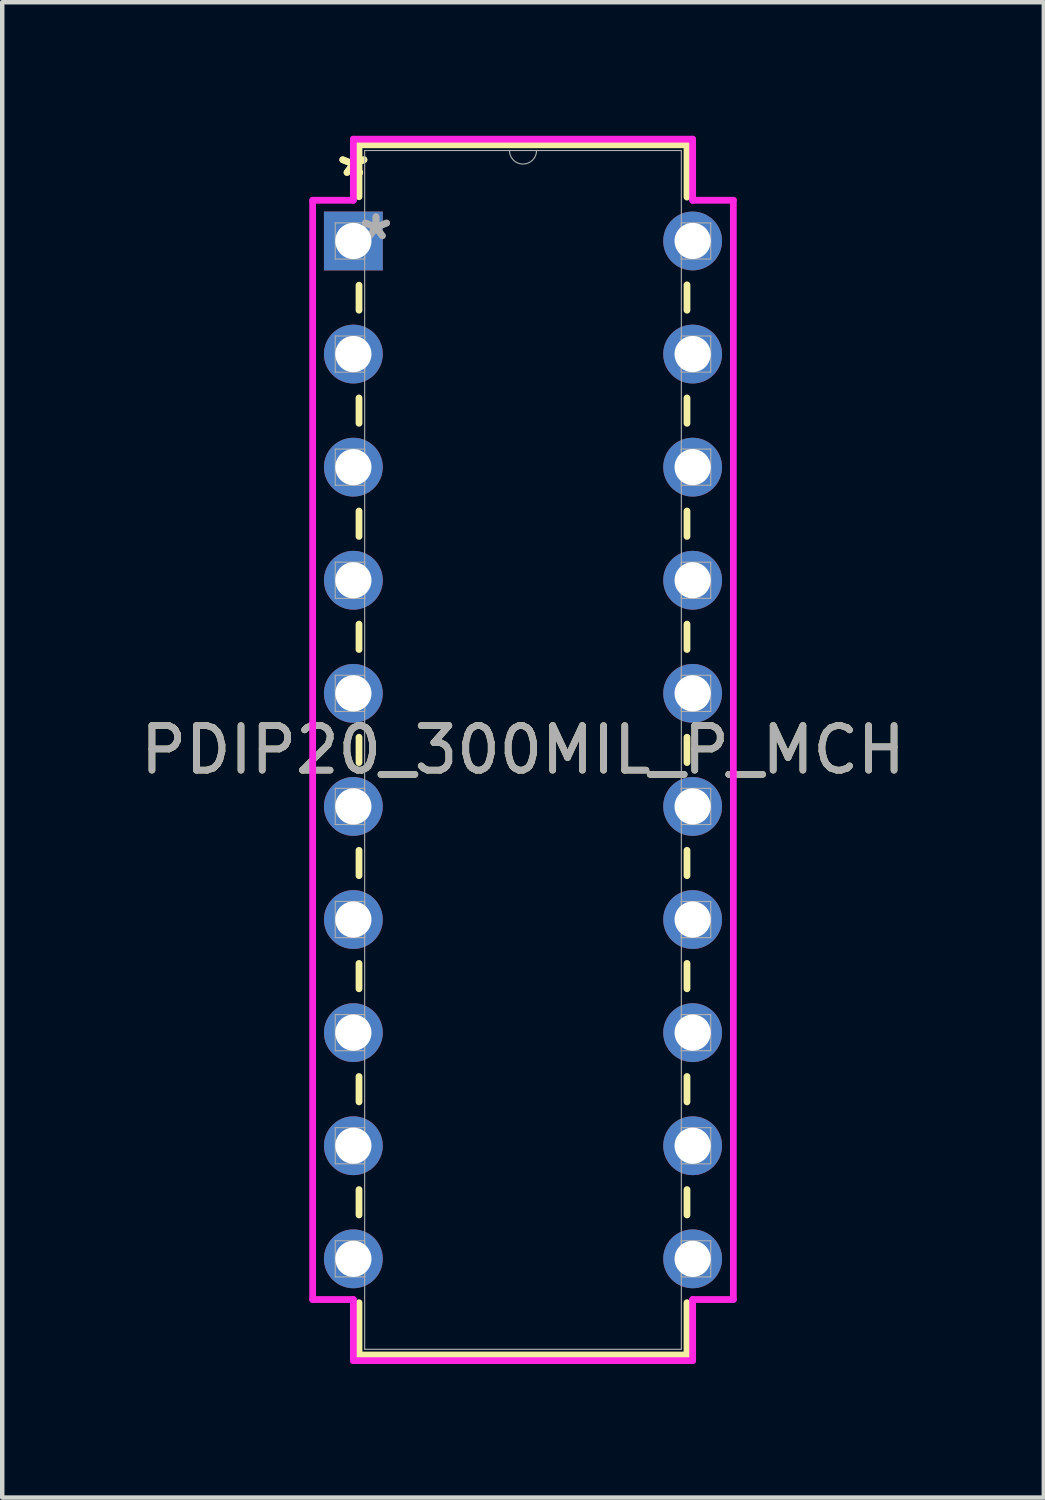
<source format=kicad_pcb>
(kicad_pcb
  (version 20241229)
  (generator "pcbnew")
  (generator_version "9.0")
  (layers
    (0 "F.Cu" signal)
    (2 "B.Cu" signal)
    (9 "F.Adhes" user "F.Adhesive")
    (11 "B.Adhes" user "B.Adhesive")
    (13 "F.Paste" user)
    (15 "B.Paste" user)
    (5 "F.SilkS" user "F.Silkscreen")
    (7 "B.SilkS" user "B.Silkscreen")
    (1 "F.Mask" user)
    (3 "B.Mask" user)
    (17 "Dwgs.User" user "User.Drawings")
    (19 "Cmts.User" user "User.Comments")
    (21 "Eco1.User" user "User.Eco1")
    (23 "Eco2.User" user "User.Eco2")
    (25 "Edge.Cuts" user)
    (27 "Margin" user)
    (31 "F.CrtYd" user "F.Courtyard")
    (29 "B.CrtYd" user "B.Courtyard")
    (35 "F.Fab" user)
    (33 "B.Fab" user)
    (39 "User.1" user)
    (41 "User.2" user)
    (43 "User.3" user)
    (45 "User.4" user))
  (footprint "PDIP20_300MIL_P_MCH"
    (layer "F.Cu")
    (at 4.886 2.362)
    (property "Reference" "PDIP20_300MIL_P_MCH" (at 3.81 11.43 0) (unlocked yes) (layer "F.SilkS") (effects (font (size 1 1) (thickness 0.15))))
    (attr through_hole)
    (fp_line (start 0.127 -2.159) (end 0.127 -0.993) (stroke (width 0.152) (type solid)) (layer "F.SilkS"))
    (fp_line (start 0.127 0.993) (end 0.127 1.555) (stroke (width 0.152) (type solid)) (layer "F.SilkS"))
    (fp_line (start 0.127 3.525) (end 0.127 4.095) (stroke (width 0.152) (type solid)) (layer "F.SilkS"))
    (fp_line (start 0.127 6.065) (end 0.127 6.635) (stroke (width 0.152) (type solid)) (layer "F.SilkS"))
    (fp_line (start 0.127 8.605) (end 0.127 9.175) (stroke (width 0.152) (type solid)) (layer "F.SilkS"))
    (fp_line (start 0.127 11.145) (end 0.127 11.715) (stroke (width 0.152) (type solid)) (layer "F.SilkS"))
    (fp_line (start 0.127 13.685) (end 0.127 14.255) (stroke (width 0.152) (type solid)) (layer "F.SilkS"))
    (fp_line (start 0.127 16.225) (end 0.127 16.795) (stroke (width 0.152) (type solid)) (layer "F.SilkS"))
    (fp_line (start 0.127 18.765) (end 0.127 19.335) (stroke (width 0.152) (type solid)) (layer "F.SilkS"))
    (fp_line (start 0.127 21.305) (end 0.127 21.875) (stroke (width 0.152) (type solid)) (layer "F.SilkS"))
    (fp_line (start 0.127 23.845) (end 0.127 25.019) (stroke (width 0.152) (type solid)) (layer "F.SilkS"))
    (fp_line (start 0.127 25.019) (end 7.493 25.019) (stroke (width 0.152) (type solid)) (layer "F.SilkS"))
    (fp_line (start 7.493 -2.159) (end 0.127 -2.159) (stroke (width 0.152) (type solid)) (layer "F.SilkS"))
    (fp_line (start 7.493 -0.985) (end 7.493 -2.159) (stroke (width 0.152) (type solid)) (layer "F.SilkS"))
    (fp_line (start 7.493 1.555) (end 7.493 0.985) (stroke (width 0.152) (type solid)) (layer "F.SilkS"))
    (fp_line (start 7.493 4.095) (end 7.493 3.525) (stroke (width 0.152) (type solid)) (layer "F.SilkS"))
    (fp_line (start 7.493 6.635) (end 7.493 6.065) (stroke (width 0.152) (type solid)) (layer "F.SilkS"))
    (fp_line (start 7.493 9.175) (end 7.493 8.605) (stroke (width 0.152) (type solid)) (layer "F.SilkS"))
    (fp_line (start 7.493 11.715) (end 7.493 11.145) (stroke (width 0.152) (type solid)) (layer "F.SilkS"))
    (fp_line (start 7.493 14.255) (end 7.493 13.685) (stroke (width 0.152) (type solid)) (layer "F.SilkS"))
    (fp_line (start 7.493 16.795) (end 7.493 16.225) (stroke (width 0.152) (type solid)) (layer "F.SilkS"))
    (fp_line (start 7.493 19.335) (end 7.493 18.765) (stroke (width 0.152) (type solid)) (layer "F.SilkS"))
    (fp_line (start 7.493 21.875) (end 7.493 21.305) (stroke (width 0.152) (type solid)) (layer "F.SilkS"))
    (fp_line (start 7.493 25.019) (end 7.493 23.845) (stroke (width 0.152) (type solid)) (layer "F.SilkS"))
    (fp_line (start -0.914 -0.914) (end 0 -0.914) (stroke (width 0.152) (type solid)) (layer "F.CrtYd"))
    (fp_line (start -0.914 23.774) (end -0.914 -0.914) (stroke (width 0.152) (type solid)) (layer "F.CrtYd"))
    (fp_line (start 0 -2.286) (end 7.62 -2.286) (stroke (width 0.152) (type solid)) (layer "F.CrtYd"))
    (fp_line (start 0 -0.914) (end 0 -2.286) (stroke (width 0.152) (type solid)) (layer "F.CrtYd"))
    (fp_line (start 0 23.774) (end -0.914 23.774) (stroke (width 0.152) (type solid)) (layer "F.CrtYd"))
    (fp_line (start 0 25.146) (end 0 23.774) (stroke (width 0.152) (type solid)) (layer "F.CrtYd"))
    (fp_line (start 7.62 -2.286) (end 7.62 -0.914) (stroke (width 0.152) (type solid)) (layer "F.CrtYd"))
    (fp_line (start 7.62 23.774) (end 7.62 25.146) (stroke (width 0.152) (type solid)) (layer "F.CrtYd"))
    (fp_line (start 7.62 25.146) (end 0 25.146) (stroke (width 0.152) (type solid)) (layer "F.CrtYd"))
    (fp_line (start 8.534 -0.914) (end 7.62 -0.914) (stroke (width 0.152) (type solid)) (layer "F.CrtYd"))
    (fp_line (start 8.534 -0.914) (end 8.534 23.774) (stroke (width 0.152) (type solid)) (layer "F.CrtYd"))
    (fp_line (start 8.534 23.774) (end 7.62 23.774) (stroke (width 0.152) (type solid)) (layer "F.CrtYd"))
    (fp_line (start -0.406 -0.406) (end -0.406 0.406) (stroke (width 0.025) (type solid)) (layer "F.Fab"))
    (fp_line (start -0.406 0.406) (end 0.254 0.406) (stroke (width 0.025) (type solid)) (layer "F.Fab"))
    (fp_line (start -0.406 2.134) (end -0.406 2.946) (stroke (width 0.025) (type solid)) (layer "F.Fab"))
    (fp_line (start -0.406 2.946) (end 0.254 2.946) (stroke (width 0.025) (type solid)) (layer "F.Fab"))
    (fp_line (start -0.406 4.674) (end -0.406 5.486) (stroke (width 0.025) (type solid)) (layer "F.Fab"))
    (fp_line (start -0.406 5.486) (end 0.254 5.486) (stroke (width 0.025) (type solid)) (layer "F.Fab"))
    (fp_line (start -0.406 7.214) (end -0.406 8.026) (stroke (width 0.025) (type solid)) (layer "F.Fab"))
    (fp_line (start -0.406 8.026) (end 0.254 8.026) (stroke (width 0.025) (type solid)) (layer "F.Fab"))
    (fp_line (start -0.406 9.754) (end -0.406 10.566) (stroke (width 0.025) (type solid)) (layer "F.Fab"))
    (fp_line (start -0.406 10.566) (end 0.254 10.566) (stroke (width 0.025) (type solid)) (layer "F.Fab"))
    (fp_line (start -0.406 12.294) (end -0.406 13.106) (stroke (width 0.025) (type solid)) (layer "F.Fab"))
    (fp_line (start -0.406 13.106) (end 0.254 13.106) (stroke (width 0.025) (type solid)) (layer "F.Fab"))
    (fp_line (start -0.406 14.834) (end -0.406 15.646) (stroke (width 0.025) (type solid)) (layer "F.Fab"))
    (fp_line (start -0.406 15.646) (end 0.254 15.646) (stroke (width 0.025) (type solid)) (layer "F.Fab"))
    (fp_line (start -0.406 17.374) (end -0.406 18.186) (stroke (width 0.025) (type solid)) (layer "F.Fab"))
    (fp_line (start -0.406 18.186) (end 0.254 18.186) (stroke (width 0.025) (type solid)) (layer "F.Fab"))
    (fp_line (start -0.406 19.914) (end -0.406 20.726) (stroke (width 0.025) (type solid)) (layer "F.Fab"))
    (fp_line (start -0.406 20.726) (end 0.254 20.726) (stroke (width 0.025) (type solid)) (layer "F.Fab"))
    (fp_line (start -0.406 22.454) (end -0.406 23.266) (stroke (width 0.025) (type solid)) (layer "F.Fab"))
    (fp_line (start -0.406 23.266) (end 0.254 23.266) (stroke (width 0.025) (type solid)) (layer "F.Fab"))
    (fp_line (start 0.254 -2.032) (end 0.254 24.892) (stroke (width 0.025) (type solid)) (layer "F.Fab"))
    (fp_line (start 0.254 -0.406) (end -0.406 -0.406) (stroke (width 0.025) (type solid)) (layer "F.Fab"))
    (fp_line (start 0.254 0.406) (end 0.254 -0.406) (stroke (width 0.025) (type solid)) (layer "F.Fab"))
    (fp_line (start 0.254 2.134) (end -0.406 2.134) (stroke (width 0.025) (type solid)) (layer "F.Fab"))
    (fp_line (start 0.254 2.946) (end 0.254 2.134) (stroke (width 0.025) (type solid)) (layer "F.Fab"))
    (fp_line (start 0.254 4.674) (end -0.406 4.674) (stroke (width 0.025) (type solid)) (layer "F.Fab"))
    (fp_line (start 0.254 5.486) (end 0.254 4.674) (stroke (width 0.025) (type solid)) (layer "F.Fab"))
    (fp_line (start 0.254 7.214) (end -0.406 7.214) (stroke (width 0.025) (type solid)) (layer "F.Fab"))
    (fp_line (start 0.254 8.026) (end 0.254 7.214) (stroke (width 0.025) (type solid)) (layer "F.Fab"))
    (fp_line (start 0.254 9.754) (end -0.406 9.754) (stroke (width 0.025) (type solid)) (layer "F.Fab"))
    (fp_line (start 0.254 10.566) (end 0.254 9.754) (stroke (width 0.025) (type solid)) (layer "F.Fab"))
    (fp_line (start 0.254 12.294) (end -0.406 12.294) (stroke (width 0.025) (type solid)) (layer "F.Fab"))
    (fp_line (start 0.254 13.106) (end 0.254 12.294) (stroke (width 0.025) (type solid)) (layer "F.Fab"))
    (fp_line (start 0.254 14.834) (end -0.406 14.834) (stroke (width 0.025) (type solid)) (layer "F.Fab"))
    (fp_line (start 0.254 15.646) (end 0.254 14.834) (stroke (width 0.025) (type solid)) (layer "F.Fab"))
    (fp_line (start 0.254 17.374) (end -0.406 17.374) (stroke (width 0.025) (type solid)) (layer "F.Fab"))
    (fp_line (start 0.254 18.186) (end 0.254 17.374) (stroke (width 0.025) (type solid)) (layer "F.Fab"))
    (fp_line (start 0.254 19.914) (end -0.406 19.914) (stroke (width 0.025) (type solid)) (layer "F.Fab"))
    (fp_line (start 0.254 20.726) (end 0.254 19.914) (stroke (width 0.025) (type solid)) (layer "F.Fab"))
    (fp_line (start 0.254 22.454) (end -0.406 22.454) (stroke (width 0.025) (type solid)) (layer "F.Fab"))
    (fp_line (start 0.254 23.266) (end 0.254 22.454) (stroke (width 0.025) (type solid)) (layer "F.Fab"))
    (fp_line (start 0.254 24.892) (end 7.366 24.892) (stroke (width 0.025) (type solid)) (layer "F.Fab"))
    (fp_line (start 7.366 -2.032) (end 0.254 -2.032) (stroke (width 0.025) (type solid)) (layer "F.Fab"))
    (fp_line (start 7.366 -0.406) (end 7.366 0.406) (stroke (width 0.025) (type solid)) (layer "F.Fab"))
    (fp_line (start 7.366 0.406) (end 8.026 0.406) (stroke (width 0.025) (type solid)) (layer "F.Fab"))
    (fp_line (start 7.366 2.134) (end 7.366 2.946) (stroke (width 0.025) (type solid)) (layer "F.Fab"))
    (fp_line (start 7.366 2.946) (end 8.026 2.946) (stroke (width 0.025) (type solid)) (layer "F.Fab"))
    (fp_line (start 7.366 4.674) (end 7.366 5.486) (stroke (width 0.025) (type solid)) (layer "F.Fab"))
    (fp_line (start 7.366 5.486) (end 8.026 5.486) (stroke (width 0.025) (type solid)) (layer "F.Fab"))
    (fp_line (start 7.366 7.214) (end 7.366 8.026) (stroke (width 0.025) (type solid)) (layer "F.Fab"))
    (fp_line (start 7.366 8.026) (end 8.026 8.026) (stroke (width 0.025) (type solid)) (layer "F.Fab"))
    (fp_line (start 7.366 9.754) (end 7.366 10.566) (stroke (width 0.025) (type solid)) (layer "F.Fab"))
    (fp_line (start 7.366 10.566) (end 8.026 10.566) (stroke (width 0.025) (type solid)) (layer "F.Fab"))
    (fp_line (start 7.366 12.294) (end 7.366 13.106) (stroke (width 0.025) (type solid)) (layer "F.Fab"))
    (fp_line (start 7.366 13.106) (end 8.026 13.106) (stroke (width 0.025) (type solid)) (layer "F.Fab"))
    (fp_line (start 7.366 14.834) (end 7.366 15.646) (stroke (width 0.025) (type solid)) (layer "F.Fab"))
    (fp_line (start 7.366 15.646) (end 8.026 15.646) (stroke (width 0.025) (type solid)) (layer "F.Fab"))
    (fp_line (start 7.366 17.374) (end 7.366 18.186) (stroke (width 0.025) (type solid)) (layer "F.Fab"))
    (fp_line (start 7.366 18.186) (end 8.026 18.186) (stroke (width 0.025) (type solid)) (layer "F.Fab"))
    (fp_line (start 7.366 19.914) (end 7.366 20.726) (stroke (width 0.025) (type solid)) (layer "F.Fab"))
    (fp_line (start 7.366 20.726) (end 8.026 20.726) (stroke (width 0.025) (type solid)) (layer "F.Fab"))
    (fp_line (start 7.366 22.454) (end 7.366 23.266) (stroke (width 0.025) (type solid)) (layer "F.Fab"))
    (fp_line (start 7.366 23.266) (end 8.026 23.266) (stroke (width 0.025) (type solid)) (layer "F.Fab"))
    (fp_line (start 7.366 24.892) (end 7.366 -2.032) (stroke (width 0.025) (type solid)) (layer "F.Fab"))
    (fp_line (start 8.026 -0.406) (end 7.366 -0.406) (stroke (width 0.025) (type solid)) (layer "F.Fab"))
    (fp_line (start 8.026 0.406) (end 8.026 -0.406) (stroke (width 0.025) (type solid)) (layer "F.Fab"))
    (fp_line (start 8.026 2.134) (end 7.366 2.134) (stroke (width 0.025) (type solid)) (layer "F.Fab"))
    (fp_line (start 8.026 2.946) (end 8.026 2.134) (stroke (width 0.025) (type solid)) (layer "F.Fab"))
    (fp_line (start 8.026 4.674) (end 7.366 4.674) (stroke (width 0.025) (type solid)) (layer "F.Fab"))
    (fp_line (start 8.026 5.486) (end 8.026 4.674) (stroke (width 0.025) (type solid)) (layer "F.Fab"))
    (fp_line (start 8.026 7.214) (end 7.366 7.214) (stroke (width 0.025) (type solid)) (layer "F.Fab"))
    (fp_line (start 8.026 8.026) (end 8.026 7.214) (stroke (width 0.025) (type solid)) (layer "F.Fab"))
    (fp_line (start 8.026 9.754) (end 7.366 9.754) (stroke (width 0.025) (type solid)) (layer "F.Fab"))
    (fp_line (start 8.026 10.566) (end 8.026 9.754) (stroke (width 0.025) (type solid)) (layer "F.Fab"))
    (fp_line (start 8.026 12.294) (end 7.366 12.294) (stroke (width 0.025) (type solid)) (layer "F.Fab"))
    (fp_line (start 8.026 13.106) (end 8.026 12.294) (stroke (width 0.025) (type solid)) (layer "F.Fab"))
    (fp_line (start 8.026 14.834) (end 7.366 14.834) (stroke (width 0.025) (type solid)) (layer "F.Fab"))
    (fp_line (start 8.026 15.646) (end 8.026 14.834) (stroke (width 0.025) (type solid)) (layer "F.Fab"))
    (fp_line (start 8.026 17.374) (end 7.366 17.374) (stroke (width 0.025) (type solid)) (layer "F.Fab"))
    (fp_line (start 8.026 18.186) (end 8.026 17.374) (stroke (width 0.025) (type solid)) (layer "F.Fab"))
    (fp_line (start 8.026 19.914) (end 7.366 19.914) (stroke (width 0.025) (type solid)) (layer "F.Fab"))
    (fp_line (start 8.026 20.726) (end 8.026 19.914) (stroke (width 0.025) (type solid)) (layer "F.Fab"))
    (fp_line (start 8.026 22.454) (end 7.366 22.454) (stroke (width 0.025) (type solid)) (layer "F.Fab"))
    (fp_line (start 8.026 23.266) (end 8.026 22.454) (stroke (width 0.025) (type solid)) (layer "F.Fab"))
    (fp_arc (start 4.1148 -2.032) (mid 3.81 -1.7272) (end 3.5052 -2.032) (stroke (width 0.0254) (type solid)) (layer "F.Fab"))
    (fp_text user "*" (at 0 -1.422 0) (layer "F.SilkS") (effects (font (size 1 1) (thickness 0.15))))
    (fp_text user "*" (at 0 -1.422 0) (unlocked yes) (layer "F.SilkS") (effects (font (size 1 1) (thickness 0.15))))
    (fp_text user "${REFERENCE}" (at 3.81 11.43 0) (unlocked yes) (layer "F.Fab") (effects (font (size 1 1) (thickness 0.15))))
    (fp_text user "*" (at 0.508 0 0) (layer "F.Fab") (effects (font (size 1 1) (thickness 0.15))))
    (fp_text user "*" (at 0.508 0 0) (unlocked yes) (layer "F.Fab") (effects (font (size 1 1) (thickness 0.15))))
    (pad "1" thru_hole rect (at 0 0) (size 1.321 1.321) (drill 0.813) (layers "*.Cu" "*.Mask"))
    (pad "2" thru_hole circle (at 0 2.54) (size 1.321 1.321) (drill 0.813) (layers "*.Cu" "*.Mask"))
    (pad "3" thru_hole circle (at 0 5.08) (size 1.321 1.321) (drill 0.813) (layers "*.Cu" "*.Mask"))
    (pad "4" thru_hole circle (at 0 7.62) (size 1.321 1.321) (drill 0.813) (layers "*.Cu" "*.Mask"))
    (pad "5" thru_hole circle (at 0 10.16) (size 1.321 1.321) (drill 0.813) (layers "*.Cu" "*.Mask"))
    (pad "6" thru_hole circle (at 0 12.7) (size 1.321 1.321) (drill 0.813) (layers "*.Cu" "*.Mask"))
    (pad "7" thru_hole circle (at 0 15.24) (size 1.321 1.321) (drill 0.813) (layers "*.Cu" "*.Mask"))
    (pad "8" thru_hole circle (at 0 17.78) (size 1.321 1.321) (drill 0.813) (layers "*.Cu" "*.Mask"))
    (pad "9" thru_hole circle (at 0 20.32) (size 1.321 1.321) (drill 0.813) (layers "*.Cu" "*.Mask"))
    (pad "10" thru_hole circle (at 0 22.86) (size 1.321 1.321) (drill 0.813) (layers "*.Cu" "*.Mask"))
    (pad "11" thru_hole circle (at 7.62 22.86) (size 1.321 1.321) (drill 0.813) (layers "*.Cu" "*.Mask"))
    (pad "12" thru_hole circle (at 7.62 20.32) (size 1.321 1.321) (drill 0.813) (layers "*.Cu" "*.Mask"))
    (pad "13" thru_hole circle (at 7.62 17.78) (size 1.321 1.321) (drill 0.813) (layers "*.Cu" "*.Mask"))
    (pad "14" thru_hole circle (at 7.62 15.24) (size 1.321 1.321) (drill 0.813) (layers "*.Cu" "*.Mask"))
    (pad "15" thru_hole circle (at 7.62 12.7) (size 1.321 1.321) (drill 0.813) (layers "*.Cu" "*.Mask"))
    (pad "16" thru_hole circle (at 7.62 10.16) (size 1.321 1.321) (drill 0.813) (layers "*.Cu" "*.Mask"))
    (pad "17" thru_hole circle (at 7.62 7.62) (size 1.321 1.321) (drill 0.813) (layers "*.Cu" "*.Mask"))
    (pad "18" thru_hole circle (at 7.62 5.08) (size 1.321 1.321) (drill 0.813) (layers "*.Cu" "*.Mask"))
    (pad "19" thru_hole circle (at 7.62 2.54) (size 1.321 1.321) (drill 0.813) (layers "*.Cu" "*.Mask"))
    (pad "20" thru_hole circle (at 7.62 0) (size 1.321 1.321) (drill 0.813) (layers "*.Cu" "*.Mask")))
  (gr_rect
    (start -3 -3)
    (end 20.393 30.584)
    (stroke (width 0.1) (type default))
    (fill no)
    (layer "Edge.Cuts")))
</source>
